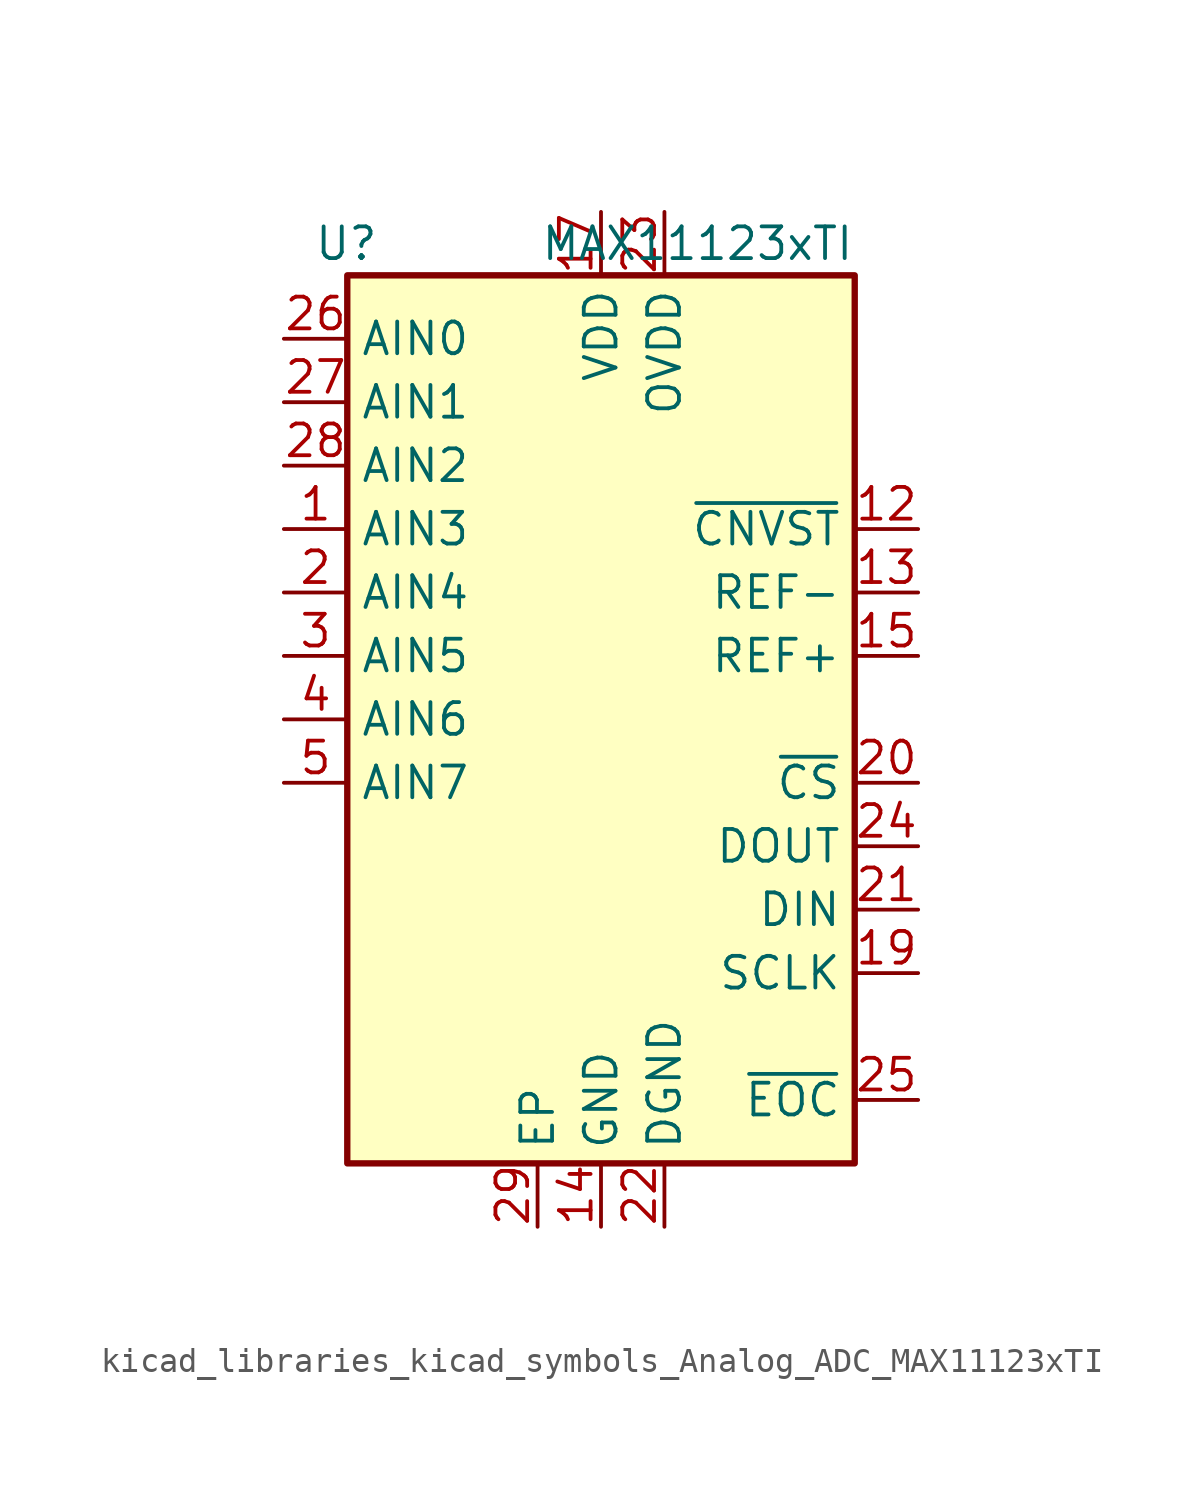
<source format=kicad_sym>
(kicad_symbol_lib
  (version 20220914)
  (generator kicad_symbol_editor)
  (symbol "kicad_libraries_kicad_symbols_Analog_ADC_MAX11123xTI"
    (property "Reference" "U"
      (at -8.89 19.05 0)
      (effects (font (size 1.27 1.27)) (justify right)))
    (property "Value" "MAX11123xTI"
      (at 10.16 19.05 0)
      (effects (font (size 1.27 1.27)) (justify right)))
    (symbol "kicad_libraries_kicad_symbols_Analog_ADC_MAX11123xTI_0_1"
      (rectangle (start 10.16 17.78) (end -10.16 -17.78) (stroke (width 0.254) (type default)) (fill (type background))))
    (symbol "kicad_libraries_kicad_symbols_Analog_ADC_MAX11123xTI_1_1"
      (pin input line (at -12.7 7.62 0) (length 2.54) (name "AIN3" (effects (font (size 1.27 1.27)))) (number "1" (effects (font (size 1.27 1.27)))))
      (pin passive line (at 0 -20.32 90) (length 2.54) hide (name "GND" (effects (font (size 1.27 1.27)))) (number "10" (effects (font (size 1.27 1.27)))))
      (pin passive line (at 0 -20.32 90) (length 2.54) hide (name "GND" (effects (font (size 1.27 1.27)))) (number "11" (effects (font (size 1.27 1.27)))))
      (pin input line (at 12.7 7.62 180) (length 2.54) (name "~{CNVST}" (effects (font (size 1.27 1.27)))) (number "12" (effects (font (size 1.27 1.27)))))
      (pin input line (at 12.7 5.08 180) (length 2.54) (name "REF-" (effects (font (size 1.27 1.27)))) (number "13" (effects (font (size 1.27 1.27)))))
      (pin power_in line (at 0 -20.32 90) (length 2.54) (name "GND" (effects (font (size 1.27 1.27)))) (number "14" (effects (font (size 1.27 1.27)))))
      (pin input line (at 12.7 2.54 180) (length 2.54) (name "REF+" (effects (font (size 1.27 1.27)))) (number "15" (effects (font (size 1.27 1.27)))))
      (pin passive line (at 0 -20.32 90) (length 2.54) hide (name "GND" (effects (font (size 1.27 1.27)))) (number "16" (effects (font (size 1.27 1.27)))))
      (pin power_in line (at 0 20.32 270) (length 2.54) (name "VDD" (effects (font (size 1.27 1.27)))) (number "17" (effects (font (size 1.27 1.27)))))
      (pin passive line (at 0 20.32 270) (length 2.54) hide (name "VDD" (effects (font (size 1.27 1.27)))) (number "18" (effects (font (size 1.27 1.27)))))
      (pin input line (at 12.7 -10.16 180) (length 2.54) (name "SCLK" (effects (font (size 1.27 1.27)))) (number "19" (effects (font (size 1.27 1.27)))))
      (pin input line (at -12.7 5.08 0) (length 2.54) (name "AIN4" (effects (font (size 1.27 1.27)))) (number "2" (effects (font (size 1.27 1.27)))))
      (pin input line (at 12.7 -2.54 180) (length 2.54) (name "~{CS}" (effects (font (size 1.27 1.27)))) (number "20" (effects (font (size 1.27 1.27)))))
      (pin input line (at 12.7 -7.62 180) (length 2.54) (name "DIN" (effects (font (size 1.27 1.27)))) (number "21" (effects (font (size 1.27 1.27)))))
      (pin power_in line (at 2.54 -20.32 90) (length 2.54) (name "DGND" (effects (font (size 1.27 1.27)))) (number "22" (effects (font (size 1.27 1.27)))))
      (pin power_in line (at 2.54 20.32 270) (length 2.54) (name "OVDD" (effects (font (size 1.27 1.27)))) (number "23" (effects (font (size 1.27 1.27)))))
      (pin output line (at 12.7 -5.08 180) (length 2.54) (name "DOUT" (effects (font (size 1.27 1.27)))) (number "24" (effects (font (size 1.27 1.27)))))
      (pin output line (at 12.7 -15.24 180) (length 2.54) (name "~{EOC}" (effects (font (size 1.27 1.27)))) (number "25" (effects (font (size 1.27 1.27)))))
      (pin input line (at -12.7 15.24 0) (length 2.54) (name "AIN0" (effects (font (size 1.27 1.27)))) (number "26" (effects (font (size 1.27 1.27)))))
      (pin input line (at -12.7 12.7 0) (length 2.54) (name "AIN1" (effects (font (size 1.27 1.27)))) (number "27" (effects (font (size 1.27 1.27)))))
      (pin input line (at -12.7 10.16 0) (length 2.54) (name "AIN2" (effects (font (size 1.27 1.27)))) (number "28" (effects (font (size 1.27 1.27)))))
      (pin power_in line (at -2.54 -20.32 90) (length 2.54) (name "EP" (effects (font (size 1.27 1.27)))) (number "29" (effects (font (size 1.27 1.27)))))
      (pin input line (at -12.7 2.54 0) (length 2.54) (name "AIN5" (effects (font (size 1.27 1.27)))) (number "3" (effects (font (size 1.27 1.27)))))
      (pin input line (at -12.7 0 0) (length 2.54) (name "AIN6" (effects (font (size 1.27 1.27)))) (number "4" (effects (font (size 1.27 1.27)))))
      (pin input line (at -12.7 -2.54 0) (length 2.54) (name "AIN7" (effects (font (size 1.27 1.27)))) (number "5" (effects (font (size 1.27 1.27)))))
      (pin passive line (at 0 -20.32 90) (length 2.54) hide (name "GND" (effects (font (size 1.27 1.27)))) (number "6" (effects (font (size 1.27 1.27)))))
      (pin passive line (at 0 -20.32 90) (length 2.54) hide (name "GND" (effects (font (size 1.27 1.27)))) (number "7" (effects (font (size 1.27 1.27)))))
      (pin passive line (at 0 -20.32 90) (length 2.54) hide (name "GND" (effects (font (size 1.27 1.27)))) (number "8" (effects (font (size 1.27 1.27)))))
      (pin passive line (at 0 -20.32 90) (length 2.54) hide (name "GND" (effects (font (size 1.27 1.27)))) (number "9" (effects (font (size 1.27 1.27))))))))
</source>
